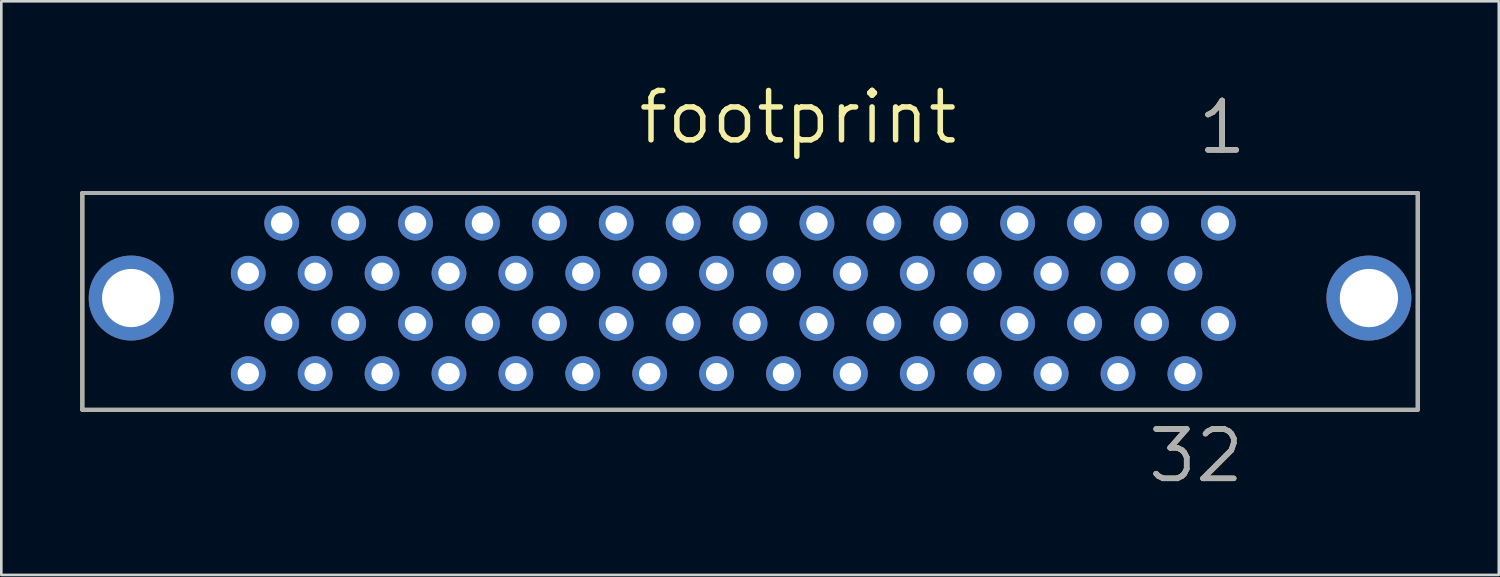
<source format=kicad_pcb>
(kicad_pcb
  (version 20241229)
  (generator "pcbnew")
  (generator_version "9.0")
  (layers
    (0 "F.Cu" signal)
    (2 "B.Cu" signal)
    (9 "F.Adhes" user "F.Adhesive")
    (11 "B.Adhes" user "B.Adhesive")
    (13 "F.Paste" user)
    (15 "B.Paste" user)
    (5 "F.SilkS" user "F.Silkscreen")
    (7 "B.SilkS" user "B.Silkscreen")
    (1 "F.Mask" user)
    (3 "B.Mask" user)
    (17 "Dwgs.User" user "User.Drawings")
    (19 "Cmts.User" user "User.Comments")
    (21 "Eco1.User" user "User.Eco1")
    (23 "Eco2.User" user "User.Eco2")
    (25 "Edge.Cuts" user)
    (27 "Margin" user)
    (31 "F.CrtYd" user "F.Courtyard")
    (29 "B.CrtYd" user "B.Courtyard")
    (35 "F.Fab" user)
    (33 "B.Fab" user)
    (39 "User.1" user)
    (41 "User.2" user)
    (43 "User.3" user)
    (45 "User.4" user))
  (footprint "footprint"
    (layer "F.Cu")
    (at 25.425 4.277)
    (property "Reference" "footprint" (at -4.343 -1.778 0) (layer "F.SilkS") (effects (font (size 1.875 1.875) (thickness 0.208)) (justify left bottom)))
    (fp_line (start -25.349 0) (end -25.349 8.23) (stroke (width 0.152) (type solid)) (layer "F.SilkS"))
    (fp_line (start -25.349 8.23) (end 25.349 8.23) (stroke (width 0.152) (type solid)) (layer "F.SilkS"))
    (fp_line (start 25.349 0) (end -25.349 0) (stroke (width 0.152) (type solid)) (layer "F.SilkS"))
    (fp_line (start 25.349 8.23) (end 25.349 0) (stroke (width 0.152) (type solid)) (layer "F.SilkS"))
    (fp_line (start -25.349 0) (end -25.349 8.23) (stroke (width 0.152) (type solid)) (layer "F.Fab"))
    (fp_line (start -25.349 8.23) (end 25.349 8.23) (stroke (width 0.152) (type solid)) (layer "F.Fab"))
    (fp_line (start 25.349 0) (end -25.349 0) (stroke (width 0.152) (type solid)) (layer "F.Fab"))
    (fp_line (start 25.349 8.23) (end 25.349 0) (stroke (width 0.152) (type solid)) (layer "F.Fab"))
    (fp_text user "32" (at 15.011 11.074 0) (layer "F.SilkS") (effects (font (size 1.875 1.875) (thickness 0.208)) (justify left bottom)))
    (fp_text user "1" (at 16.891 -1.397 0) (layer "F.SilkS") (effects (font (size 1.875 1.875) (thickness 0.208)) (justify left bottom)))
    (fp_text user "1" (at 16.891 -1.397 0) (layer "F.Fab") (effects (font (size 1.875 1.875) (thickness 0.208)) (justify left bottom)))
    (fp_text user "32" (at 15.011 11.074 0) (layer "F.Fab") (effects (font (size 1.875 1.875) (thickness 0.208)) (justify left bottom)))
    (pad "1" thru_hole circle (at 17.78 1.143) (size 1.321 1.321) (drill 0.813) (layers "*.Cu" "*.Mask"))
    (pad "2" thru_hole circle (at 16.51 3.048) (size 1.321 1.321) (drill 0.813) (layers "*.Cu" "*.Mask"))
    (pad "3" thru_hole circle (at 15.24 1.143) (size 1.321 1.321) (drill 0.813) (layers "*.Cu" "*.Mask"))
    (pad "4" thru_hole circle (at 13.97 3.048) (size 1.321 1.321) (drill 0.813) (layers "*.Cu" "*.Mask"))
    (pad "5" thru_hole circle (at 12.7 1.143) (size 1.321 1.321) (drill 0.813) (layers "*.Cu" "*.Mask"))
    (pad "6" thru_hole circle (at 11.43 3.048) (size 1.321 1.321) (drill 0.813) (layers "*.Cu" "*.Mask"))
    (pad "7" thru_hole circle (at 10.16 1.143) (size 1.321 1.321) (drill 0.813) (layers "*.Cu" "*.Mask"))
    (pad "8" thru_hole circle (at 8.89 3.048) (size 1.321 1.321) (drill 0.813) (layers "*.Cu" "*.Mask"))
    (pad "9" thru_hole circle (at 7.62 1.143) (size 1.321 1.321) (drill 0.813) (layers "*.Cu" "*.Mask"))
    (pad "10" thru_hole circle (at 6.35 3.048) (size 1.321 1.321) (drill 0.813) (layers "*.Cu" "*.Mask"))
    (pad "11" thru_hole circle (at 5.08 1.143) (size 1.321 1.321) (drill 0.813) (layers "*.Cu" "*.Mask"))
    (pad "12" thru_hole circle (at 3.81 3.048) (size 1.321 1.321) (drill 0.813) (layers "*.Cu" "*.Mask"))
    (pad "13" thru_hole circle (at 2.54 1.143) (size 1.321 1.321) (drill 0.813) (layers "*.Cu" "*.Mask"))
    (pad "14" thru_hole circle (at 1.27 3.048) (size 1.321 1.321) (drill 0.813) (layers "*.Cu" "*.Mask"))
    (pad "15" thru_hole circle (at 0 1.143) (size 1.321 1.321) (drill 0.813) (layers "*.Cu" "*.Mask"))
    (pad "16" thru_hole circle (at -1.27 3.048) (size 1.321 1.321) (drill 0.813) (layers "*.Cu" "*.Mask"))
    (pad "17" thru_hole circle (at -2.54 1.143) (size 1.321 1.321) (drill 0.813) (layers "*.Cu" "*.Mask"))
    (pad "18" thru_hole circle (at -3.81 3.048) (size 1.321 1.321) (drill 0.813) (layers "*.Cu" "*.Mask"))
    (pad "19" thru_hole circle (at -5.08 1.143) (size 1.321 1.321) (drill 0.813) (layers "*.Cu" "*.Mask"))
    (pad "20" thru_hole circle (at -6.35 3.048) (size 1.321 1.321) (drill 0.813) (layers "*.Cu" "*.Mask"))
    (pad "21" thru_hole circle (at -7.62 1.143) (size 1.321 1.321) (drill 0.813) (layers "*.Cu" "*.Mask"))
    (pad "22" thru_hole circle (at -8.89 3.048) (size 1.321 1.321) (drill 0.813) (layers "*.Cu" "*.Mask"))
    (pad "23" thru_hole circle (at -10.16 1.143) (size 1.321 1.321) (drill 0.813) (layers "*.Cu" "*.Mask"))
    (pad "24" thru_hole circle (at -11.43 3.048) (size 1.321 1.321) (drill 0.813) (layers "*.Cu" "*.Mask"))
    (pad "25" thru_hole circle (at -12.7 1.143) (size 1.321 1.321) (drill 0.813) (layers "*.Cu" "*.Mask"))
    (pad "26" thru_hole circle (at -13.97 3.048) (size 1.321 1.321) (drill 0.813) (layers "*.Cu" "*.Mask"))
    (pad "27" thru_hole circle (at -15.24 1.143) (size 1.321 1.321) (drill 0.813) (layers "*.Cu" "*.Mask"))
    (pad "28" thru_hole circle (at -16.51 3.048) (size 1.321 1.321) (drill 0.813) (layers "*.Cu" "*.Mask"))
    (pad "29" thru_hole circle (at -17.78 1.143) (size 1.321 1.321) (drill 0.813) (layers "*.Cu" "*.Mask"))
    (pad "30" thru_hole circle (at -19.05 3.048) (size 1.321 1.321) (drill 0.813) (layers "*.Cu" "*.Mask"))
    (pad "31" thru_hole circle (at 17.78 4.953) (size 1.321 1.321) (drill 0.813) (layers "*.Cu" "*.Mask"))
    (pad "32" thru_hole circle (at 16.51 6.858) (size 1.321 1.321) (drill 0.813) (layers "*.Cu" "*.Mask"))
    (pad "33" thru_hole circle (at 15.24 4.953) (size 1.321 1.321) (drill 0.813) (layers "*.Cu" "*.Mask"))
    (pad "34" thru_hole circle (at 13.97 6.858) (size 1.321 1.321) (drill 0.813) (layers "*.Cu" "*.Mask"))
    (pad "35" thru_hole circle (at 12.7 4.953) (size 1.321 1.321) (drill 0.813) (layers "*.Cu" "*.Mask"))
    (pad "36" thru_hole circle (at 11.43 6.858) (size 1.321 1.321) (drill 0.813) (layers "*.Cu" "*.Mask"))
    (pad "37" thru_hole circle (at 10.16 4.953) (size 1.321 1.321) (drill 0.813) (layers "*.Cu" "*.Mask"))
    (pad "38" thru_hole circle (at 8.89 6.858) (size 1.321 1.321) (drill 0.813) (layers "*.Cu" "*.Mask"))
    (pad "39" thru_hole circle (at 7.62 4.953) (size 1.321 1.321) (drill 0.813) (layers "*.Cu" "*.Mask"))
    (pad "40" thru_hole circle (at 6.35 6.858) (size 1.321 1.321) (drill 0.813) (layers "*.Cu" "*.Mask"))
    (pad "41" thru_hole circle (at 5.08 4.953) (size 1.321 1.321) (drill 0.813) (layers "*.Cu" "*.Mask"))
    (pad "42" thru_hole circle (at 3.81 6.858) (size 1.321 1.321) (drill 0.813) (layers "*.Cu" "*.Mask"))
    (pad "43" thru_hole circle (at 2.54 4.953) (size 1.321 1.321) (drill 0.813) (layers "*.Cu" "*.Mask"))
    (pad "44" thru_hole circle (at 1.27 6.858) (size 1.321 1.321) (drill 0.813) (layers "*.Cu" "*.Mask"))
    (pad "45" thru_hole circle (at 0 4.953) (size 1.321 1.321) (drill 0.813) (layers "*.Cu" "*.Mask"))
    (pad "46" thru_hole circle (at -1.27 6.858) (size 1.321 1.321) (drill 0.813) (layers "*.Cu" "*.Mask"))
    (pad "47" thru_hole circle (at -2.54 4.953) (size 1.321 1.321) (drill 0.813) (layers "*.Cu" "*.Mask"))
    (pad "48" thru_hole circle (at -3.81 6.858) (size 1.321 1.321) (drill 0.813) (layers "*.Cu" "*.Mask"))
    (pad "49" thru_hole circle (at -5.08 4.953) (size 1.321 1.321) (drill 0.813) (layers "*.Cu" "*.Mask"))
    (pad "50" thru_hole circle (at -6.35 6.858) (size 1.321 1.321) (drill 0.813) (layers "*.Cu" "*.Mask"))
    (pad "51" thru_hole circle (at -7.62 4.953) (size 1.321 1.321) (drill 0.813) (layers "*.Cu" "*.Mask"))
    (pad "52" thru_hole circle (at -8.89 6.858) (size 1.321 1.321) (drill 0.813) (layers "*.Cu" "*.Mask"))
    (pad "53" thru_hole circle (at -10.16 4.953) (size 1.321 1.321) (drill 0.813) (layers "*.Cu" "*.Mask"))
    (pad "54" thru_hole circle (at -11.43 6.858) (size 1.321 1.321) (drill 0.813) (layers "*.Cu" "*.Mask"))
    (pad "55" thru_hole circle (at -12.7 4.953) (size 1.321 1.321) (drill 0.813) (layers "*.Cu" "*.Mask"))
    (pad "56" thru_hole circle (at -13.97 6.858) (size 1.321 1.321) (drill 0.813) (layers "*.Cu" "*.Mask"))
    (pad "57" thru_hole circle (at -15.24 4.953) (size 1.321 1.321) (drill 0.813) (layers "*.Cu" "*.Mask"))
    (pad "58" thru_hole circle (at -16.51 6.858) (size 1.321 1.321) (drill 0.813) (layers "*.Cu" "*.Mask"))
    (pad "59" thru_hole circle (at -17.78 4.953) (size 1.321 1.321) (drill 0.813) (layers "*.Cu" "*.Mask"))
    (pad "60" thru_hole circle (at -19.05 6.858) (size 1.321 1.321) (drill 0.813) (layers "*.Cu" "*.Mask"))
    (pad "61" thru_hole circle (at -23.495 3.988) (size 3.226 3.226) (drill 2.21) (layers "*.Cu" "*.Mask"))
    (pad "62" thru_hole circle (at 23.495 3.988) (size 3.226 3.226) (drill 2.21) (layers "*.Cu" "*.Mask")))
  (gr_rect
    (start -3 -3)
    (end 53.851 18.777)
    (stroke (width 0.1) (type default))
    (fill no)
    (layer "Edge.Cuts")))
</source>
